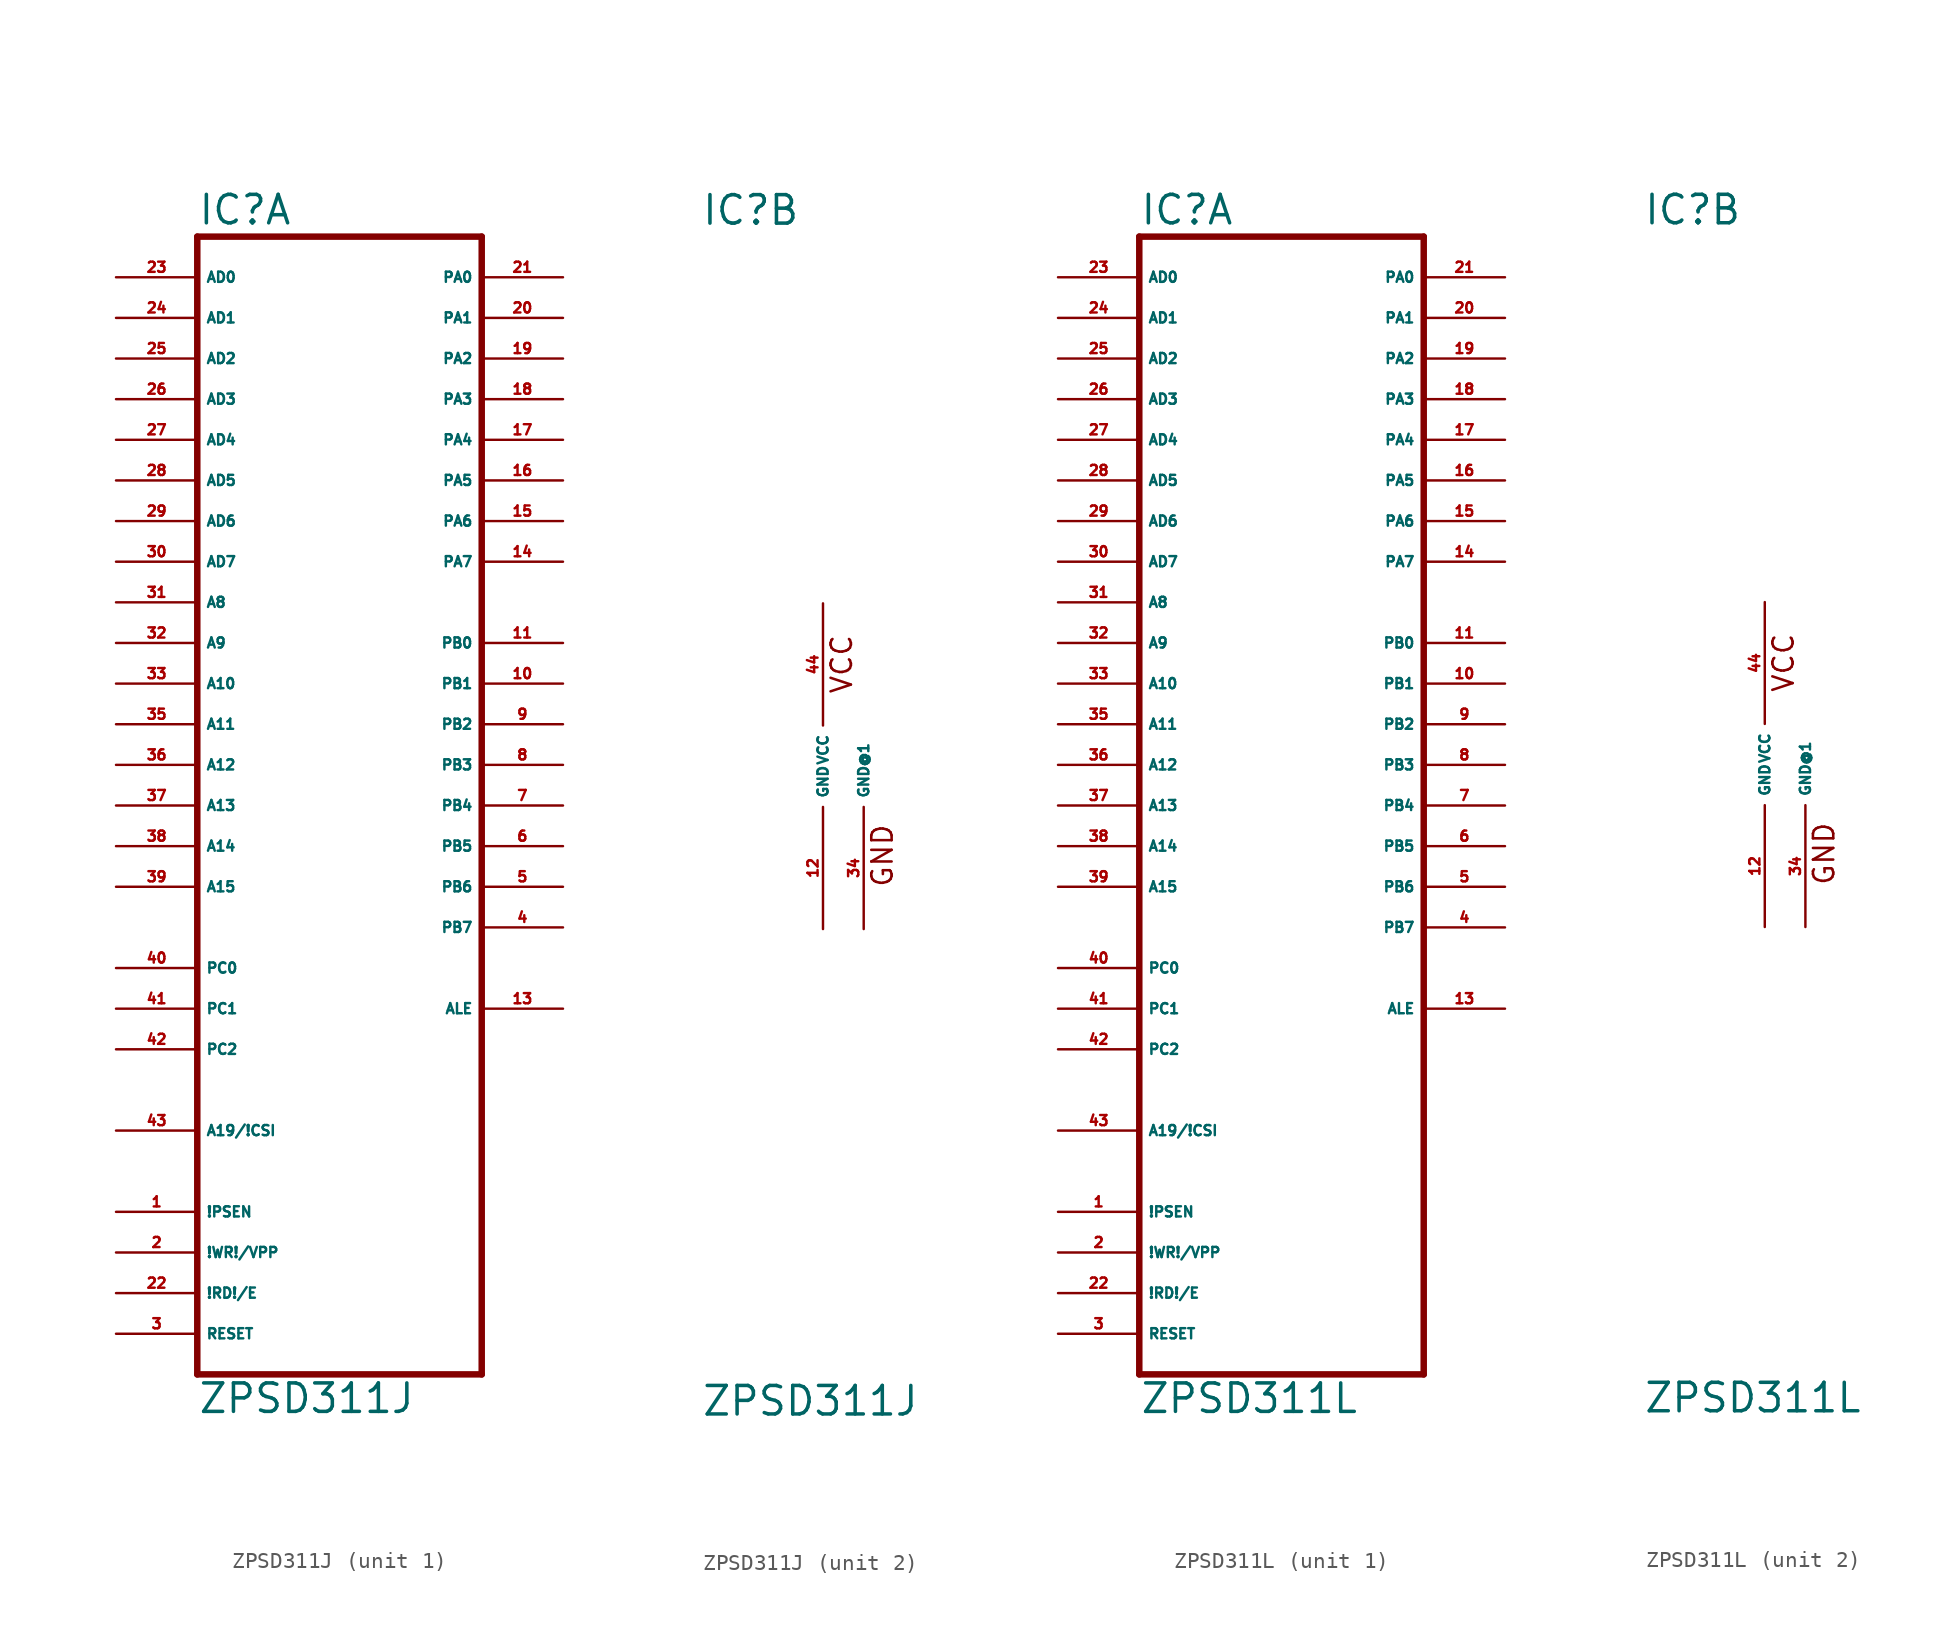
<source format=kicad_sym>
(kicad_symbol_lib
  (version 20220914)
  (generator Eagle2Kicad)
  (symbol "ZPSD311J"
    (property "Reference" "IC"
      (at -7.62 33.655 0)
      (effects (font (size 1.778 1.778) (thickness 0.22)) (justify left bottom)))
    (property "Value" "ZPSD311J"
      (at -7.62 -40.64 0)
      (effects (font (size 1.778 1.778) (thickness 0.22)) (justify left bottom)))
    (symbol "ZPSD311J_1_0"
      (polyline (pts (xy -7.62 -38.1) (xy 10.16 -38.1)) (stroke (width 0.406) (type default)) (fill (type none)))
      (polyline (pts (xy 10.16 -38.1) (xy 10.16 33.02)) (stroke (width 0.406) (type default)) (fill (type none)))
      (polyline (pts (xy 10.16 33.02) (xy -7.62 33.02)) (stroke (width 0.406) (type default)) (fill (type none)))
      (polyline (pts (xy -7.62 33.02) (xy -7.62 -38.1)) (stroke (width 0.406) (type default)) (fill (type none)))
      (pin input line (at -12.7 30.48 0) (length 5.08) (name "AD0" (effects (font (size 0.635 0.635) (thickness 0.08)) (justify left bottom))) (number "23" (effects (font (size 0.635 0.635) (thickness 0.08)) (justify left bottom))))
      (pin input line (at -12.7 27.94 0) (length 5.08) (name "AD1" (effects (font (size 0.635 0.635) (thickness 0.08)) (justify left bottom))) (number "24" (effects (font (size 0.635 0.635) (thickness 0.08)) (justify left bottom))))
      (pin input line (at -12.7 25.4 0) (length 5.08) (name "AD2" (effects (font (size 0.635 0.635) (thickness 0.08)) (justify left bottom))) (number "25" (effects (font (size 0.635 0.635) (thickness 0.08)) (justify left bottom))))
      (pin input line (at -12.7 22.86 0) (length 5.08) (name "AD3" (effects (font (size 0.635 0.635) (thickness 0.08)) (justify left bottom))) (number "26" (effects (font (size 0.635 0.635) (thickness 0.08)) (justify left bottom))))
      (pin input line (at -12.7 20.32 0) (length 5.08) (name "AD4" (effects (font (size 0.635 0.635) (thickness 0.08)) (justify left bottom))) (number "27" (effects (font (size 0.635 0.635) (thickness 0.08)) (justify left bottom))))
      (pin input line (at -12.7 17.78 0) (length 5.08) (name "AD5" (effects (font (size 0.635 0.635) (thickness 0.08)) (justify left bottom))) (number "28" (effects (font (size 0.635 0.635) (thickness 0.08)) (justify left bottom))))
      (pin input line (at -12.7 15.24 0) (length 5.08) (name "AD6" (effects (font (size 0.635 0.635) (thickness 0.08)) (justify left bottom))) (number "29" (effects (font (size 0.635 0.635) (thickness 0.08)) (justify left bottom))))
      (pin input line (at -12.7 12.7 0) (length 5.08) (name "AD7" (effects (font (size 0.635 0.635) (thickness 0.08)) (justify left bottom))) (number "30" (effects (font (size 0.635 0.635) (thickness 0.08)) (justify left bottom))))
      (pin input line (at -12.7 10.16 0) (length 5.08) (name "A8" (effects (font (size 0.635 0.635) (thickness 0.08)) (justify left bottom))) (number "31" (effects (font (size 0.635 0.635) (thickness 0.08)) (justify left bottom))))
      (pin input line (at -12.7 7.62 0) (length 5.08) (name "A9" (effects (font (size 0.635 0.635) (thickness 0.08)) (justify left bottom))) (number "32" (effects (font (size 0.635 0.635) (thickness 0.08)) (justify left bottom))))
      (pin input line (at -12.7 5.08 0) (length 5.08) (name "A10" (effects (font (size 0.635 0.635) (thickness 0.08)) (justify left bottom))) (number "33" (effects (font (size 0.635 0.635) (thickness 0.08)) (justify left bottom))))
      (pin input line (at -12.7 2.54 0) (length 5.08) (name "A11" (effects (font (size 0.635 0.635) (thickness 0.08)) (justify left bottom))) (number "35" (effects (font (size 0.635 0.635) (thickness 0.08)) (justify left bottom))))
      (pin input line (at -12.7 0 0) (length 5.08) (name "A12" (effects (font (size 0.635 0.635) (thickness 0.08)) (justify left bottom))) (number "36" (effects (font (size 0.635 0.635) (thickness 0.08)) (justify left bottom))))
      (pin input line (at -12.7 -2.54 0) (length 5.08) (name "A13" (effects (font (size 0.635 0.635) (thickness 0.08)) (justify left bottom))) (number "37" (effects (font (size 0.635 0.635) (thickness 0.08)) (justify left bottom))))
      (pin input line (at -12.7 -5.08 0) (length 5.08) (name "A14" (effects (font (size 0.635 0.635) (thickness 0.08)) (justify left bottom))) (number "38" (effects (font (size 0.635 0.635) (thickness 0.08)) (justify left bottom))))
      (pin input line (at -12.7 -7.62 0) (length 5.08) (name "A15" (effects (font (size 0.635 0.635) (thickness 0.08)) (justify left bottom))) (number "39" (effects (font (size 0.635 0.635) (thickness 0.08)) (justify left bottom))))
      (pin input line (at -12.7 -12.7 0) (length 5.08) (name "PC0" (effects (font (size 0.635 0.635) (thickness 0.08)) (justify left bottom))) (number "40" (effects (font (size 0.635 0.635) (thickness 0.08)) (justify left bottom))))
      (pin input line (at -12.7 -15.24 0) (length 5.08) (name "PC1" (effects (font (size 0.635 0.635) (thickness 0.08)) (justify left bottom))) (number "41" (effects (font (size 0.635 0.635) (thickness 0.08)) (justify left bottom))))
      (pin input line (at -12.7 -17.78 0) (length 5.08) (name "PC2" (effects (font (size 0.635 0.635) (thickness 0.08)) (justify left bottom))) (number "42" (effects (font (size 0.635 0.635) (thickness 0.08)) (justify left bottom))))
      (pin input line (at -12.7 -22.86 0) (length 5.08) (name "A19/!CSI" (effects (font (size 0.635 0.635) (thickness 0.08)) (justify left bottom))) (number "43" (effects (font (size 0.635 0.635) (thickness 0.08)) (justify left bottom))))
      (pin bidirectional line (at 15.24 30.48 180) (length 5.08) (name "PA0" (effects (font (size 0.635 0.635) (thickness 0.08)) (justify left bottom))) (number "21" (effects (font (size 0.635 0.635) (thickness 0.08)) (justify left bottom))))
      (pin bidirectional line (at 15.24 27.94 180) (length 5.08) (name "PA1" (effects (font (size 0.635 0.635) (thickness 0.08)) (justify left bottom))) (number "20" (effects (font (size 0.635 0.635) (thickness 0.08)) (justify left bottom))))
      (pin bidirectional line (at 15.24 25.4 180) (length 5.08) (name "PA2" (effects (font (size 0.635 0.635) (thickness 0.08)) (justify left bottom))) (number "19" (effects (font (size 0.635 0.635) (thickness 0.08)) (justify left bottom))))
      (pin bidirectional line (at 15.24 22.86 180) (length 5.08) (name "PA3" (effects (font (size 0.635 0.635) (thickness 0.08)) (justify left bottom))) (number "18" (effects (font (size 0.635 0.635) (thickness 0.08)) (justify left bottom))))
      (pin bidirectional line (at 15.24 20.32 180) (length 5.08) (name "PA4" (effects (font (size 0.635 0.635) (thickness 0.08)) (justify left bottom))) (number "17" (effects (font (size 0.635 0.635) (thickness 0.08)) (justify left bottom))))
      (pin bidirectional line (at 15.24 17.78 180) (length 5.08) (name "PA5" (effects (font (size 0.635 0.635) (thickness 0.08)) (justify left bottom))) (number "16" (effects (font (size 0.635 0.635) (thickness 0.08)) (justify left bottom))))
      (pin bidirectional line (at 15.24 15.24 180) (length 5.08) (name "PA6" (effects (font (size 0.635 0.635) (thickness 0.08)) (justify left bottom))) (number "15" (effects (font (size 0.635 0.635) (thickness 0.08)) (justify left bottom))))
      (pin bidirectional line (at 15.24 12.7 180) (length 5.08) (name "PA7" (effects (font (size 0.635 0.635) (thickness 0.08)) (justify left bottom))) (number "14" (effects (font (size 0.635 0.635) (thickness 0.08)) (justify left bottom))))
      (pin output line (at 15.24 7.62 180) (length 5.08) (name "PB0" (effects (font (size 0.635 0.635) (thickness 0.08)) (justify left bottom))) (number "11" (effects (font (size 0.635 0.635) (thickness 0.08)) (justify left bottom))))
      (pin output line (at 15.24 5.08 180) (length 5.08) (name "PB1" (effects (font (size 0.635 0.635) (thickness 0.08)) (justify left bottom))) (number "10" (effects (font (size 0.635 0.635) (thickness 0.08)) (justify left bottom))))
      (pin output line (at 15.24 2.54 180) (length 5.08) (name "PB2" (effects (font (size 0.635 0.635) (thickness 0.08)) (justify left bottom))) (number "9" (effects (font (size 0.635 0.635) (thickness 0.08)) (justify left bottom))))
      (pin output line (at 15.24 0 180) (length 5.08) (name "PB3" (effects (font (size 0.635 0.635) (thickness 0.08)) (justify left bottom))) (number "8" (effects (font (size 0.635 0.635) (thickness 0.08)) (justify left bottom))))
      (pin output line (at 15.24 -2.54 180) (length 5.08) (name "PB4" (effects (font (size 0.635 0.635) (thickness 0.08)) (justify left bottom))) (number "7" (effects (font (size 0.635 0.635) (thickness 0.08)) (justify left bottom))))
      (pin output line (at 15.24 -5.08 180) (length 5.08) (name "PB5" (effects (font (size 0.635 0.635) (thickness 0.08)) (justify left bottom))) (number "6" (effects (font (size 0.635 0.635) (thickness 0.08)) (justify left bottom))))
      (pin output line (at 15.24 -7.62 180) (length 5.08) (name "PB6" (effects (font (size 0.635 0.635) (thickness 0.08)) (justify left bottom))) (number "5" (effects (font (size 0.635 0.635) (thickness 0.08)) (justify left bottom))))
      (pin output line (at 15.24 -10.16 180) (length 5.08) (name "PB7" (effects (font (size 0.635 0.635) (thickness 0.08)) (justify left bottom))) (number "4" (effects (font (size 0.635 0.635) (thickness 0.08)) (justify left bottom))))
      (pin output line (at 15.24 -15.24 180) (length 5.08) (name "ALE" (effects (font (size 0.635 0.635) (thickness 0.08)) (justify left bottom))) (number "13" (effects (font (size 0.635 0.635) (thickness 0.08)) (justify left bottom))))
      (pin input line (at -12.7 -27.94 0) (length 5.08) (name "!PSEN" (effects (font (size 0.635 0.635) (thickness 0.08)) (justify left bottom))) (number "1" (effects (font (size 0.635 0.635) (thickness 0.08)) (justify left bottom))))
      (pin input line (at -12.7 -30.48 0) (length 5.08) (name "!WR!/VPP" (effects (font (size 0.635 0.635) (thickness 0.08)) (justify left bottom))) (number "2" (effects (font (size 0.635 0.635) (thickness 0.08)) (justify left bottom))))
      (pin input line (at -12.7 -33.02 0) (length 5.08) (name "!RD!/E" (effects (font (size 0.635 0.635) (thickness 0.08)) (justify left bottom))) (number "22" (effects (font (size 0.635 0.635) (thickness 0.08)) (justify left bottom))))
      (pin input line (at -12.7 -35.56 0) (length 5.08) (name "RESET" (effects (font (size 0.635 0.635) (thickness 0.08)) (justify left bottom))) (number "3" (effects (font (size 0.635 0.635) (thickness 0.08)) (justify left bottom)))))
    (symbol "ZPSD311J_2_0"
      (text "VCC" (at 1.905 4.445 900) (effects (font (size 1.27 1.27) (thickness 0.16)) (justify left bottom)))
      (text "GND" (at 4.445 -7.62 900) (effects (font (size 1.27 1.27) (thickness 0.16)) (justify left bottom)))
      (pin unspecified line (at 0 10.16 270) (length 7.62) (name "VCC" (effects (font (size 0.635 0.635) (thickness 0.08)) (justify left bottom))) (number "44" (effects (font (size 0.635 0.635) (thickness 0.08)) (justify left bottom))))
      (pin unspecified line (at 0 -10.16 90) (length 7.62) (name "GND" (effects (font (size 0.635 0.635) (thickness 0.08)) (justify left bottom))) (number "12" (effects (font (size 0.635 0.635) (thickness 0.08)) (justify left bottom))))
      (pin unspecified line (at 2.54 -10.16 90) (length 7.62) (name "GND@1" (effects (font (size 0.635 0.635) (thickness 0.08)) (justify left bottom))) (number "34" (effects (font (size 0.635 0.635) (thickness 0.08)) (justify left bottom))))))
  (symbol "ZPSD311L"
    (property "Reference" "IC"
      (at -7.62 33.655 0)
      (effects (font (size 1.778 1.778) (thickness 0.22)) (justify left bottom)))
    (property "Value" "ZPSD311L"
      (at -7.62 -40.64 0)
      (effects (font (size 1.778 1.778) (thickness 0.22)) (justify left bottom)))
    (symbol "ZPSD311L_1_0"
      (polyline (pts (xy -7.62 -38.1) (xy 10.16 -38.1)) (stroke (width 0.406) (type default)) (fill (type none)))
      (polyline (pts (xy 10.16 -38.1) (xy 10.16 33.02)) (stroke (width 0.406) (type default)) (fill (type none)))
      (polyline (pts (xy 10.16 33.02) (xy -7.62 33.02)) (stroke (width 0.406) (type default)) (fill (type none)))
      (polyline (pts (xy -7.62 33.02) (xy -7.62 -38.1)) (stroke (width 0.406) (type default)) (fill (type none)))
      (pin input line (at -12.7 30.48 0) (length 5.08) (name "AD0" (effects (font (size 0.635 0.635) (thickness 0.08)) (justify left bottom))) (number "23" (effects (font (size 0.635 0.635) (thickness 0.08)) (justify left bottom))))
      (pin input line (at -12.7 27.94 0) (length 5.08) (name "AD1" (effects (font (size 0.635 0.635) (thickness 0.08)) (justify left bottom))) (number "24" (effects (font (size 0.635 0.635) (thickness 0.08)) (justify left bottom))))
      (pin input line (at -12.7 25.4 0) (length 5.08) (name "AD2" (effects (font (size 0.635 0.635) (thickness 0.08)) (justify left bottom))) (number "25" (effects (font (size 0.635 0.635) (thickness 0.08)) (justify left bottom))))
      (pin input line (at -12.7 22.86 0) (length 5.08) (name "AD3" (effects (font (size 0.635 0.635) (thickness 0.08)) (justify left bottom))) (number "26" (effects (font (size 0.635 0.635) (thickness 0.08)) (justify left bottom))))
      (pin input line (at -12.7 20.32 0) (length 5.08) (name "AD4" (effects (font (size 0.635 0.635) (thickness 0.08)) (justify left bottom))) (number "27" (effects (font (size 0.635 0.635) (thickness 0.08)) (justify left bottom))))
      (pin input line (at -12.7 17.78 0) (length 5.08) (name "AD5" (effects (font (size 0.635 0.635) (thickness 0.08)) (justify left bottom))) (number "28" (effects (font (size 0.635 0.635) (thickness 0.08)) (justify left bottom))))
      (pin input line (at -12.7 15.24 0) (length 5.08) (name "AD6" (effects (font (size 0.635 0.635) (thickness 0.08)) (justify left bottom))) (number "29" (effects (font (size 0.635 0.635) (thickness 0.08)) (justify left bottom))))
      (pin input line (at -12.7 12.7 0) (length 5.08) (name "AD7" (effects (font (size 0.635 0.635) (thickness 0.08)) (justify left bottom))) (number "30" (effects (font (size 0.635 0.635) (thickness 0.08)) (justify left bottom))))
      (pin input line (at -12.7 10.16 0) (length 5.08) (name "A8" (effects (font (size 0.635 0.635) (thickness 0.08)) (justify left bottom))) (number "31" (effects (font (size 0.635 0.635) (thickness 0.08)) (justify left bottom))))
      (pin input line (at -12.7 7.62 0) (length 5.08) (name "A9" (effects (font (size 0.635 0.635) (thickness 0.08)) (justify left bottom))) (number "32" (effects (font (size 0.635 0.635) (thickness 0.08)) (justify left bottom))))
      (pin input line (at -12.7 5.08 0) (length 5.08) (name "A10" (effects (font (size 0.635 0.635) (thickness 0.08)) (justify left bottom))) (number "33" (effects (font (size 0.635 0.635) (thickness 0.08)) (justify left bottom))))
      (pin input line (at -12.7 2.54 0) (length 5.08) (name "A11" (effects (font (size 0.635 0.635) (thickness 0.08)) (justify left bottom))) (number "35" (effects (font (size 0.635 0.635) (thickness 0.08)) (justify left bottom))))
      (pin input line (at -12.7 0 0) (length 5.08) (name "A12" (effects (font (size 0.635 0.635) (thickness 0.08)) (justify left bottom))) (number "36" (effects (font (size 0.635 0.635) (thickness 0.08)) (justify left bottom))))
      (pin input line (at -12.7 -2.54 0) (length 5.08) (name "A13" (effects (font (size 0.635 0.635) (thickness 0.08)) (justify left bottom))) (number "37" (effects (font (size 0.635 0.635) (thickness 0.08)) (justify left bottom))))
      (pin input line (at -12.7 -5.08 0) (length 5.08) (name "A14" (effects (font (size 0.635 0.635) (thickness 0.08)) (justify left bottom))) (number "38" (effects (font (size 0.635 0.635) (thickness 0.08)) (justify left bottom))))
      (pin input line (at -12.7 -7.62 0) (length 5.08) (name "A15" (effects (font (size 0.635 0.635) (thickness 0.08)) (justify left bottom))) (number "39" (effects (font (size 0.635 0.635) (thickness 0.08)) (justify left bottom))))
      (pin input line (at -12.7 -12.7 0) (length 5.08) (name "PC0" (effects (font (size 0.635 0.635) (thickness 0.08)) (justify left bottom))) (number "40" (effects (font (size 0.635 0.635) (thickness 0.08)) (justify left bottom))))
      (pin input line (at -12.7 -15.24 0) (length 5.08) (name "PC1" (effects (font (size 0.635 0.635) (thickness 0.08)) (justify left bottom))) (number "41" (effects (font (size 0.635 0.635) (thickness 0.08)) (justify left bottom))))
      (pin input line (at -12.7 -17.78 0) (length 5.08) (name "PC2" (effects (font (size 0.635 0.635) (thickness 0.08)) (justify left bottom))) (number "42" (effects (font (size 0.635 0.635) (thickness 0.08)) (justify left bottom))))
      (pin input line (at -12.7 -22.86 0) (length 5.08) (name "A19/!CSI" (effects (font (size 0.635 0.635) (thickness 0.08)) (justify left bottom))) (number "43" (effects (font (size 0.635 0.635) (thickness 0.08)) (justify left bottom))))
      (pin bidirectional line (at 15.24 30.48 180) (length 5.08) (name "PA0" (effects (font (size 0.635 0.635) (thickness 0.08)) (justify left bottom))) (number "21" (effects (font (size 0.635 0.635) (thickness 0.08)) (justify left bottom))))
      (pin bidirectional line (at 15.24 27.94 180) (length 5.08) (name "PA1" (effects (font (size 0.635 0.635) (thickness 0.08)) (justify left bottom))) (number "20" (effects (font (size 0.635 0.635) (thickness 0.08)) (justify left bottom))))
      (pin bidirectional line (at 15.24 25.4 180) (length 5.08) (name "PA2" (effects (font (size 0.635 0.635) (thickness 0.08)) (justify left bottom))) (number "19" (effects (font (size 0.635 0.635) (thickness 0.08)) (justify left bottom))))
      (pin bidirectional line (at 15.24 22.86 180) (length 5.08) (name "PA3" (effects (font (size 0.635 0.635) (thickness 0.08)) (justify left bottom))) (number "18" (effects (font (size 0.635 0.635) (thickness 0.08)) (justify left bottom))))
      (pin bidirectional line (at 15.24 20.32 180) (length 5.08) (name "PA4" (effects (font (size 0.635 0.635) (thickness 0.08)) (justify left bottom))) (number "17" (effects (font (size 0.635 0.635) (thickness 0.08)) (justify left bottom))))
      (pin bidirectional line (at 15.24 17.78 180) (length 5.08) (name "PA5" (effects (font (size 0.635 0.635) (thickness 0.08)) (justify left bottom))) (number "16" (effects (font (size 0.635 0.635) (thickness 0.08)) (justify left bottom))))
      (pin bidirectional line (at 15.24 15.24 180) (length 5.08) (name "PA6" (effects (font (size 0.635 0.635) (thickness 0.08)) (justify left bottom))) (number "15" (effects (font (size 0.635 0.635) (thickness 0.08)) (justify left bottom))))
      (pin bidirectional line (at 15.24 12.7 180) (length 5.08) (name "PA7" (effects (font (size 0.635 0.635) (thickness 0.08)) (justify left bottom))) (number "14" (effects (font (size 0.635 0.635) (thickness 0.08)) (justify left bottom))))
      (pin output line (at 15.24 7.62 180) (length 5.08) (name "PB0" (effects (font (size 0.635 0.635) (thickness 0.08)) (justify left bottom))) (number "11" (effects (font (size 0.635 0.635) (thickness 0.08)) (justify left bottom))))
      (pin output line (at 15.24 5.08 180) (length 5.08) (name "PB1" (effects (font (size 0.635 0.635) (thickness 0.08)) (justify left bottom))) (number "10" (effects (font (size 0.635 0.635) (thickness 0.08)) (justify left bottom))))
      (pin output line (at 15.24 2.54 180) (length 5.08) (name "PB2" (effects (font (size 0.635 0.635) (thickness 0.08)) (justify left bottom))) (number "9" (effects (font (size 0.635 0.635) (thickness 0.08)) (justify left bottom))))
      (pin output line (at 15.24 0 180) (length 5.08) (name "PB3" (effects (font (size 0.635 0.635) (thickness 0.08)) (justify left bottom))) (number "8" (effects (font (size 0.635 0.635) (thickness 0.08)) (justify left bottom))))
      (pin output line (at 15.24 -2.54 180) (length 5.08) (name "PB4" (effects (font (size 0.635 0.635) (thickness 0.08)) (justify left bottom))) (number "7" (effects (font (size 0.635 0.635) (thickness 0.08)) (justify left bottom))))
      (pin output line (at 15.24 -5.08 180) (length 5.08) (name "PB5" (effects (font (size 0.635 0.635) (thickness 0.08)) (justify left bottom))) (number "6" (effects (font (size 0.635 0.635) (thickness 0.08)) (justify left bottom))))
      (pin output line (at 15.24 -7.62 180) (length 5.08) (name "PB6" (effects (font (size 0.635 0.635) (thickness 0.08)) (justify left bottom))) (number "5" (effects (font (size 0.635 0.635) (thickness 0.08)) (justify left bottom))))
      (pin output line (at 15.24 -10.16 180) (length 5.08) (name "PB7" (effects (font (size 0.635 0.635) (thickness 0.08)) (justify left bottom))) (number "4" (effects (font (size 0.635 0.635) (thickness 0.08)) (justify left bottom))))
      (pin output line (at 15.24 -15.24 180) (length 5.08) (name "ALE" (effects (font (size 0.635 0.635) (thickness 0.08)) (justify left bottom))) (number "13" (effects (font (size 0.635 0.635) (thickness 0.08)) (justify left bottom))))
      (pin input line (at -12.7 -27.94 0) (length 5.08) (name "!PSEN" (effects (font (size 0.635 0.635) (thickness 0.08)) (justify left bottom))) (number "1" (effects (font (size 0.635 0.635) (thickness 0.08)) (justify left bottom))))
      (pin input line (at -12.7 -30.48 0) (length 5.08) (name "!WR!/VPP" (effects (font (size 0.635 0.635) (thickness 0.08)) (justify left bottom))) (number "2" (effects (font (size 0.635 0.635) (thickness 0.08)) (justify left bottom))))
      (pin input line (at -12.7 -33.02 0) (length 5.08) (name "!RD!/E" (effects (font (size 0.635 0.635) (thickness 0.08)) (justify left bottom))) (number "22" (effects (font (size 0.635 0.635) (thickness 0.08)) (justify left bottom))))
      (pin input line (at -12.7 -35.56 0) (length 5.08) (name "RESET" (effects (font (size 0.635 0.635) (thickness 0.08)) (justify left bottom))) (number "3" (effects (font (size 0.635 0.635) (thickness 0.08)) (justify left bottom)))))
    (symbol "ZPSD311L_2_0"
      (text "VCC" (at 1.905 4.445 900) (effects (font (size 1.27 1.27) (thickness 0.16)) (justify left bottom)))
      (text "GND" (at 4.445 -7.62 900) (effects (font (size 1.27 1.27) (thickness 0.16)) (justify left bottom)))
      (pin unspecified line (at 0 10.16 270) (length 7.62) (name "VCC" (effects (font (size 0.635 0.635) (thickness 0.08)) (justify left bottom))) (number "44" (effects (font (size 0.635 0.635) (thickness 0.08)) (justify left bottom))))
      (pin unspecified line (at 0 -10.16 90) (length 7.62) (name "GND" (effects (font (size 0.635 0.635) (thickness 0.08)) (justify left bottom))) (number "12" (effects (font (size 0.635 0.635) (thickness 0.08)) (justify left bottom))))
      (pin unspecified line (at 2.54 -10.16 90) (length 7.62) (name "GND@1" (effects (font (size 0.635 0.635) (thickness 0.08)) (justify left bottom))) (number "34" (effects (font (size 0.635 0.635) (thickness 0.08)) (justify left bottom)))))))
</source>
